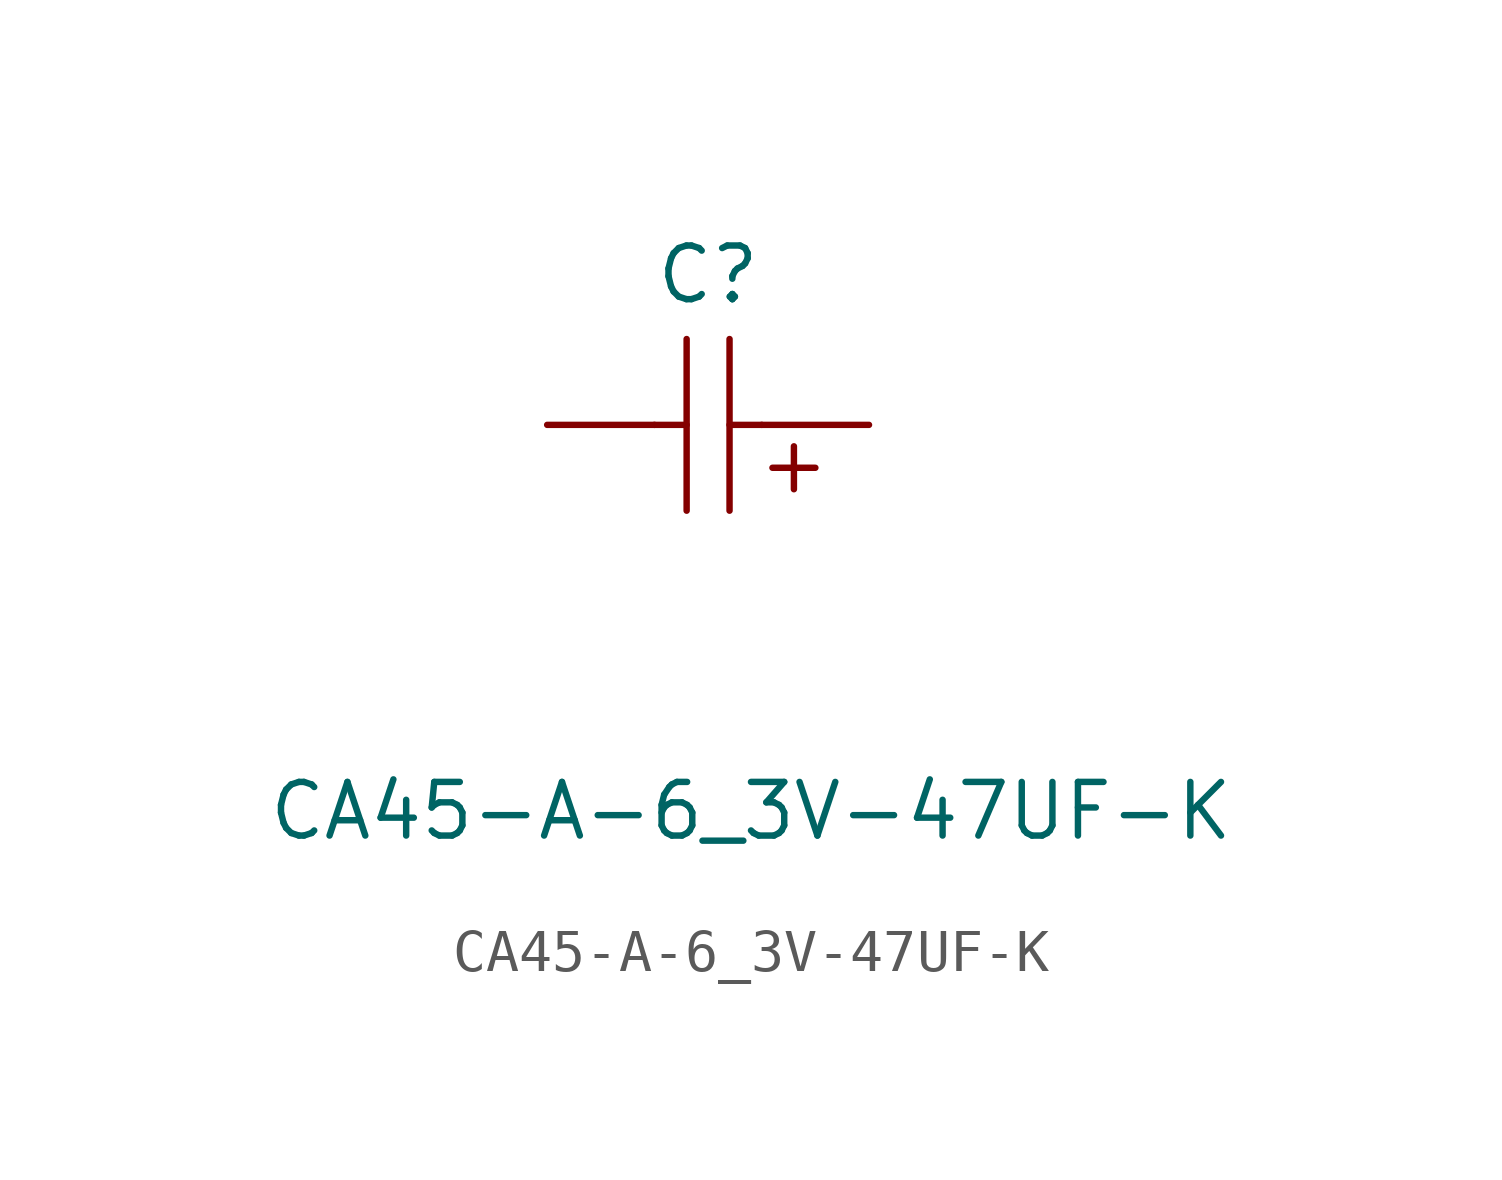
<source format=kicad_sym>
(kicad_symbol_lib
  (version 20220914)
  (generator kicad_symbol_editor)
  (symbol "CA45-A-6_3V-47UF-K"
    (pin_numbers hide)
    (pin_names hide)
    (property "Reference" "C"
      (at 0 3.556 0)
      (effects (font (size 1.27 1.27))))
    (property "Value" "CA45-A-6_3V-47UF-K"
      (at 1.016 -9.144 0)
      (effects (font (size 1.27 1.27))))
    (symbol "CA45-A-6_3V-47UF-K_0_1"
      (polyline (pts (xy -0.508 -2.032) (xy -0.508 2.032)) (stroke (width 0) (type default)) (fill (type none)))
      (polyline (pts (xy -0.508 0) (xy -1.27 0)) (stroke (width 0) (type default)) (fill (type none)))
      (polyline (pts (xy 0.508 -2.032) (xy 0.508 2.032)) (stroke (width 0) (type default)) (fill (type none)))
      (polyline (pts (xy 1.27 0) (xy 0.508 0)) (stroke (width 0) (type default)) (fill (type none)))
      (polyline (pts (xy 2.032 -1.524) (xy 2.032 -0.508)) (stroke (width 0) (type default)) (fill (type none)))
      (polyline (pts (xy 2.54 -1.016) (xy 1.524 -1.016)) (stroke (width 0) (type default)) (fill (type none)))
      (pin input line (at 3.81 0 180) (length 2.54) (name "1" (effects (font (size 1 1)))) (number "1" (effects (font (size 1 1)))))
      (pin input line (at -3.81 0 0) (length 2.54) (name "2" (effects (font (size 1 1)))) (number "2" (effects (font (size 1 1))))))))
</source>
